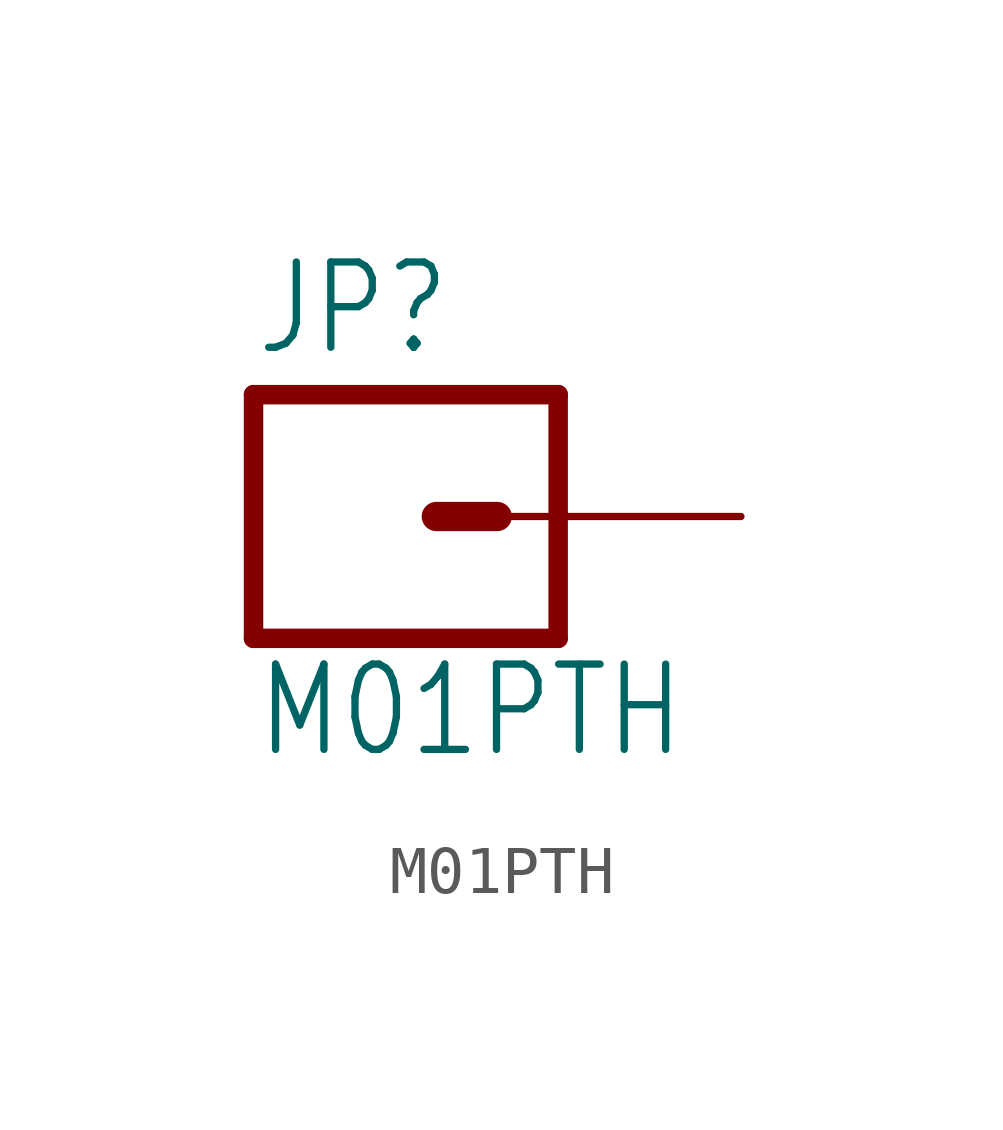
<source format=kicad_sym>
(kicad_symbol_lib
  (version 20211014)
  (generator kicad_symbol_editor)
  (symbol "M01PTH"
    (property "Reference" "JP"
      (at -2.54 3.302 0)
      (effects (font (size 1.778 1.511)) (justify left bottom)))
    (property "Value" "M01PTH"
      (at -2.54 -5.08 0)
      (effects (font (size 1.778 1.511)) (justify left bottom)))
    (property "ki_locked" ""
      (at 0 0 0)
      (effects (font (size 1.27 1.27))))
    (symbol "M01PTH_1_0"
      (polyline (pts (xy -2.54 2.54) (xy -2.54 -2.54)) (stroke (width 0.406) (type default) (color 0 0 0 0)) (fill (type none)))
      (polyline (pts (xy -2.54 2.54) (xy 3.81 2.54)) (stroke (width 0.406) (type default) (color 0 0 0 0)) (fill (type none)))
      (polyline (pts (xy 1.27 0) (xy 2.54 0)) (stroke (width 0.61) (type default) (color 0 0 0 0)) (fill (type none)))
      (polyline (pts (xy 3.81 -2.54) (xy -2.54 -2.54)) (stroke (width 0.406) (type default) (color 0 0 0 0)) (fill (type none)))
      (polyline (pts (xy 3.81 -2.54) (xy 3.81 2.54)) (stroke (width 0.406) (type default) (color 0 0 0 0)) (fill (type none)))
      (pin passive line (at 7.62 0 180) (length 5.08) (name "1" (effects (font (size 0 0)))) (number "1" (effects (font (size 0 0))))))))
</source>
